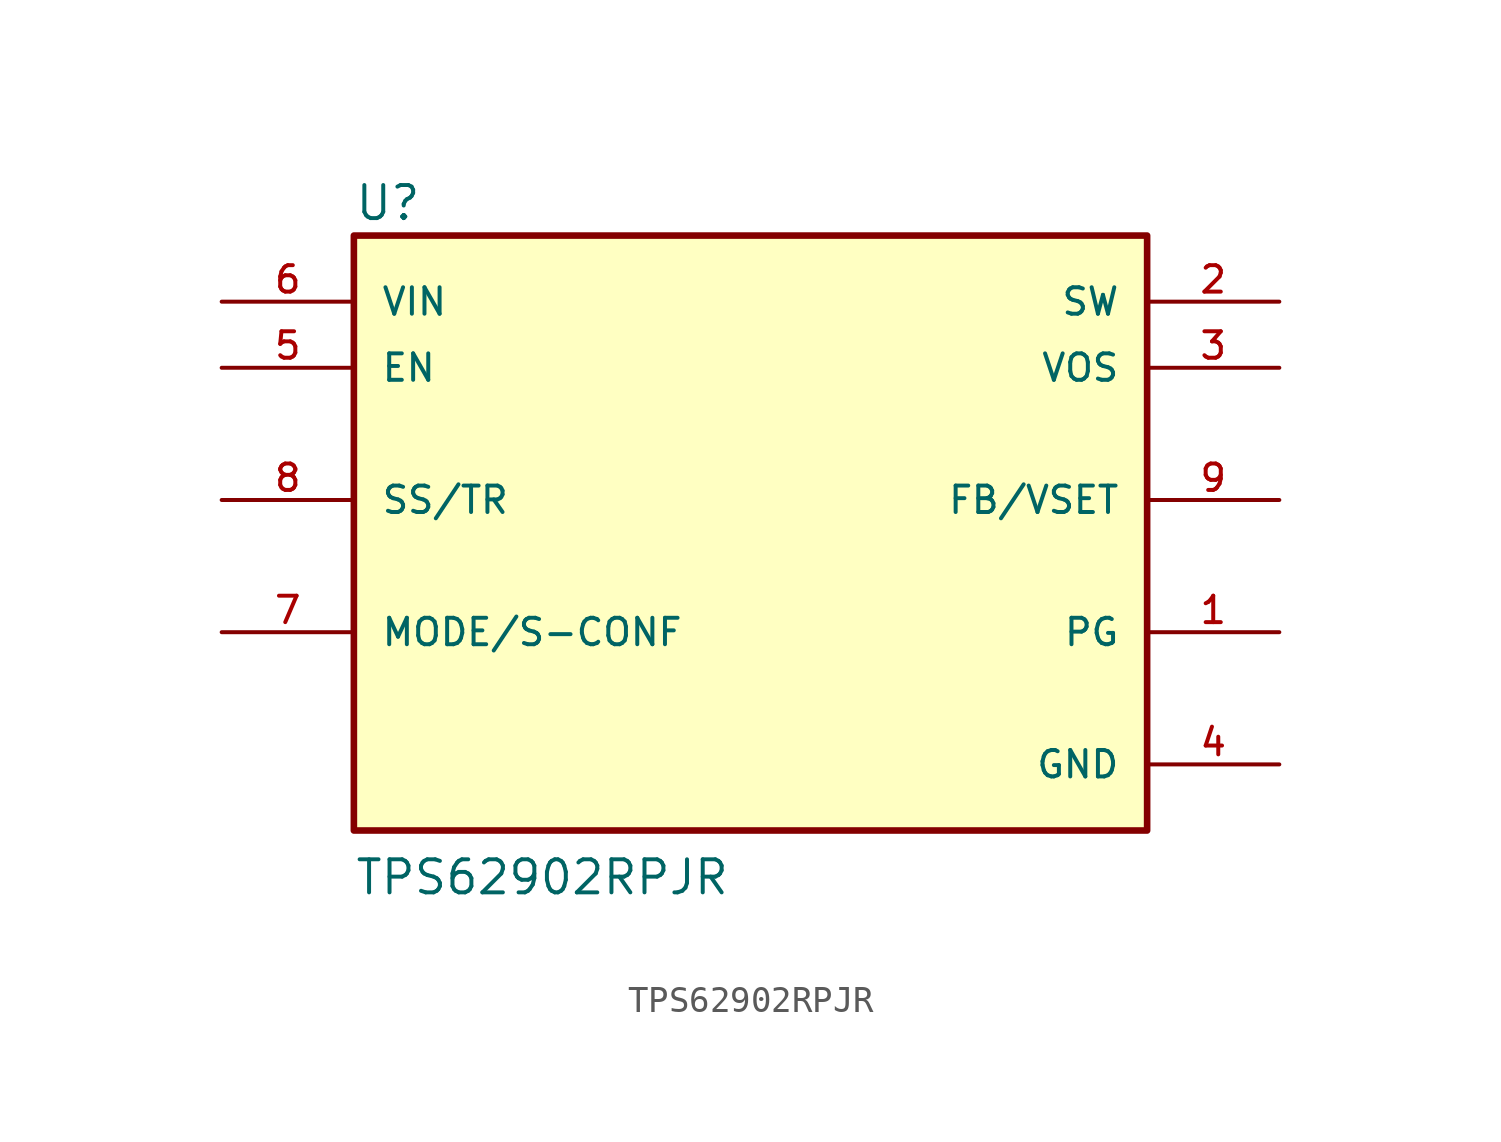
<source format=kicad_sym>
(kicad_symbol_lib
  (version 20211014)
  (generator kicad_symbol_editor)
  (symbol "TPS62902RPJR"
    (pin_names
      (offset 1.016))
    (property "Reference" "U"
      (at -15.24 13.208 0.0)
      (effects (font (size 1.27 1.27)) (justify bottom left)))
    (property "Value" "TPS62902RPJR"
      (at -15.24 -12.7 0.0)
      (effects (font (size 1.27 1.27)) (justify bottom left)))
    (symbol "TPS62902RPJR_0_0"
      (rectangle (start -15.24 -10.16) (end 15.24 12.7) (stroke (width 0.254)) (fill (type background)))
      (pin input line (at -20.32 7.62 0) (length 5.08) (name "EN" (effects (font (size 1.016 1.016)))) (number "5" (effects (font (size 1.016 1.016)))))
      (pin input line (at -20.32 -2.54 0) (length 5.08) (name "MODE/S-CONF" (effects (font (size 1.016 1.016)))) (number "7" (effects (font (size 1.016 1.016)))))
      (pin input line (at -20.32 10.16 0) (length 5.08) (name "VIN" (effects (font (size 1.016 1.016)))) (number "6" (effects (font (size 1.016 1.016)))))
      (pin input line (at -20.32 2.54 0) (length 5.08) (name "SS/TR" (effects (font (size 1.016 1.016)))) (number "8" (effects (font (size 1.016 1.016)))))
      (pin output line (at 20.32 10.16 180.0) (length 5.08) (name "SW" (effects (font (size 1.016 1.016)))) (number "2" (effects (font (size 1.016 1.016)))))
      (pin input line (at 20.32 7.62 180.0) (length 5.08) (name "VOS" (effects (font (size 1.016 1.016)))) (number "3" (effects (font (size 1.016 1.016)))))
      (pin output line (at 20.32 -2.54 180.0) (length 5.08) (name "PG" (effects (font (size 1.016 1.016)))) (number "1" (effects (font (size 1.016 1.016)))))
      (pin power_in line (at 20.32 -7.62 180.0) (length 5.08) (name "GND" (effects (font (size 1.016 1.016)))) (number "4" (effects (font (size 1.016 1.016)))))
      (pin input line (at 20.32 2.54 180.0) (length 5.08) (name "FB/VSET" (effects (font (size 1.016 1.016)))) (number "9" (effects (font (size 1.016 1.016))))))))
</source>
